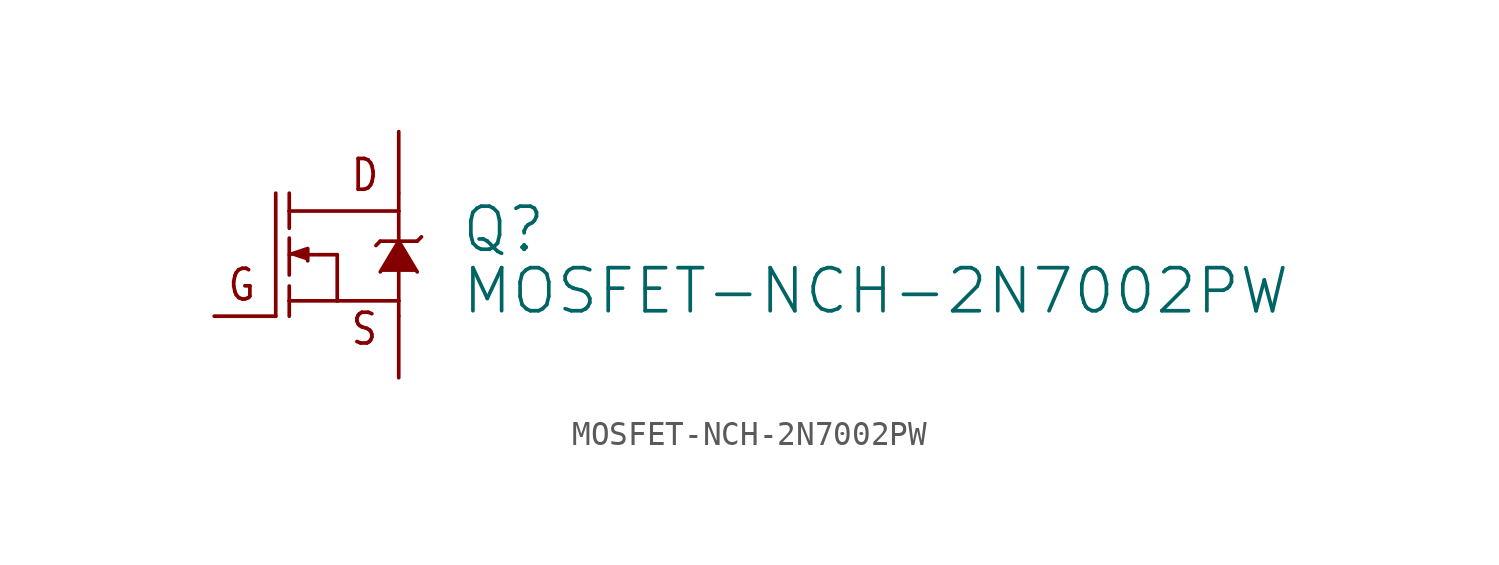
<source format=kicad_sym>
(kicad_symbol_lib
  (version 20211014)
  (generator kicad_symbol_editor)
  (symbol "MOSFET-NCH-2N7002PW"
    (property "Reference" "Q"
      (at 5.08 0 0)
      (effects (font (size 1.778 1.778)) (justify left bottom)))
    (property "Value" "MOSFET-NCH-2N7002PW"
      (at 5.08 -2.54 0)
      (effects (font (size 1.778 1.778)) (justify left bottom)))
    (property "ki_locked" ""
      (at 0 0 0)
      (effects (font (size 1.27 1.27))))
    (symbol "MOSFET-NCH-2N7002PW_1_0"
      (polyline (pts (xy -2.54 -2.54) (xy -2.54 2.54)) (stroke (width 0.152) (type default) (color 0 0 0 0)) (fill (type none)))
      (polyline (pts (xy -1.981 -1.905) (xy -1.981 -2.54)) (stroke (width 0.152) (type default) (color 0 0 0 0)) (fill (type none)))
      (polyline (pts (xy -1.981 -1.905) (xy 0 -1.905)) (stroke (width 0.152) (type default) (color 0 0 0 0)) (fill (type none)))
      (polyline (pts (xy -1.981 -1.295) (xy -1.981 -1.905)) (stroke (width 0.152) (type default) (color 0 0 0 0)) (fill (type none)))
      (polyline (pts (xy -1.981 0.686) (xy -1.981 -0.838)) (stroke (width 0.152) (type default) (color 0 0 0 0)) (fill (type none)))
      (polyline (pts (xy -1.981 1.803) (xy -1.981 1.092)) (stroke (width 0.152) (type default) (color 0 0 0 0)) (fill (type none)))
      (polyline (pts (xy -1.981 1.803) (xy 2.54 1.803)) (stroke (width 0.152) (type default) (color 0 0 0 0)) (fill (type none)))
      (polyline (pts (xy -1.981 2.54) (xy -1.981 1.803)) (stroke (width 0.152) (type default) (color 0 0 0 0)) (fill (type none)))
      (polyline (pts (xy 0 -1.905) (xy 0 0)) (stroke (width 0.152) (type default) (color 0 0 0 0)) (fill (type none)))
      (polyline (pts (xy 0 0) (xy -1.219 0)) (stroke (width 0.152) (type default) (color 0 0 0 0)) (fill (type none)))
      (polyline (pts (xy 1.6 0.381) (xy 1.778 0.559)) (stroke (width 0.152) (type default) (color 0 0 0 0)) (fill (type none)))
      (polyline (pts (xy 2.54 -2.54) (xy 2.54 -1.905)) (stroke (width 0.152) (type default) (color 0 0 0 0)) (fill (type none)))
      (polyline (pts (xy 2.54 -1.905) (xy 0 -1.905)) (stroke (width 0.152) (type default) (color 0 0 0 0)) (fill (type none)))
      (polyline (pts (xy 2.54 -0.711) (xy 2.54 -1.905)) (stroke (width 0.152) (type default) (color 0 0 0 0)) (fill (type none)))
      (polyline (pts (xy 2.54 0.559) (xy 1.778 0.559)) (stroke (width 0.152) (type default) (color 0 0 0 0)) (fill (type none)))
      (polyline (pts (xy 2.54 0.559) (xy 3.302 0.559)) (stroke (width 0.152) (type default) (color 0 0 0 0)) (fill (type none)))
      (polyline (pts (xy 2.54 1.803) (xy 2.54 0.559)) (stroke (width 0.152) (type default) (color 0 0 0 0)) (fill (type none)))
      (polyline (pts (xy 2.54 2.54) (xy 2.54 1.803)) (stroke (width 0.152) (type default) (color 0 0 0 0)) (fill (type none)))
      (polyline (pts (xy 3.302 0.559) (xy 3.48 0.737)) (stroke (width 0.152) (type default) (color 0 0 0 0)) (fill (type none)))
      (polyline (pts (xy -1.981 0) (xy -1.219 0.254) (xy -1.219 -0.254)) (stroke (width 0) (type default) (color 0 0 0 0)) (fill (type outline)))
      (polyline (pts (xy 1.778 -0.711) (xy 2.54 0.559) (xy 3.302 -0.711)) (stroke (width 0) (type default) (color 0 0 0 0)) (fill (type outline)))
      (text "D" (at 0.508 2.54 0) (effects (font (size 1.27 1.079)) (justify left bottom)))
      (text "G" (at -3.302 -0.508 0) (effects (font (size 1.27 1.079)) (justify right top)))
      (text "S" (at 0.508 -3.81 0) (effects (font (size 1.27 1.079)) (justify left bottom)))
      (pin bidirectional line (at -5.08 -2.54 0) (length 2.54) (name "G" (effects (font (size 0 0)))) (number "1" (effects (font (size 0 0)))))
      (pin bidirectional line (at 2.54 -5.08 90) (length 2.54) (name "S" (effects (font (size 0 0)))) (number "2" (effects (font (size 0 0)))))
      (pin bidirectional line (at 2.54 5.08 270) (length 2.54) (name "D" (effects (font (size 0 0)))) (number "3" (effects (font (size 0 0))))))))
</source>
